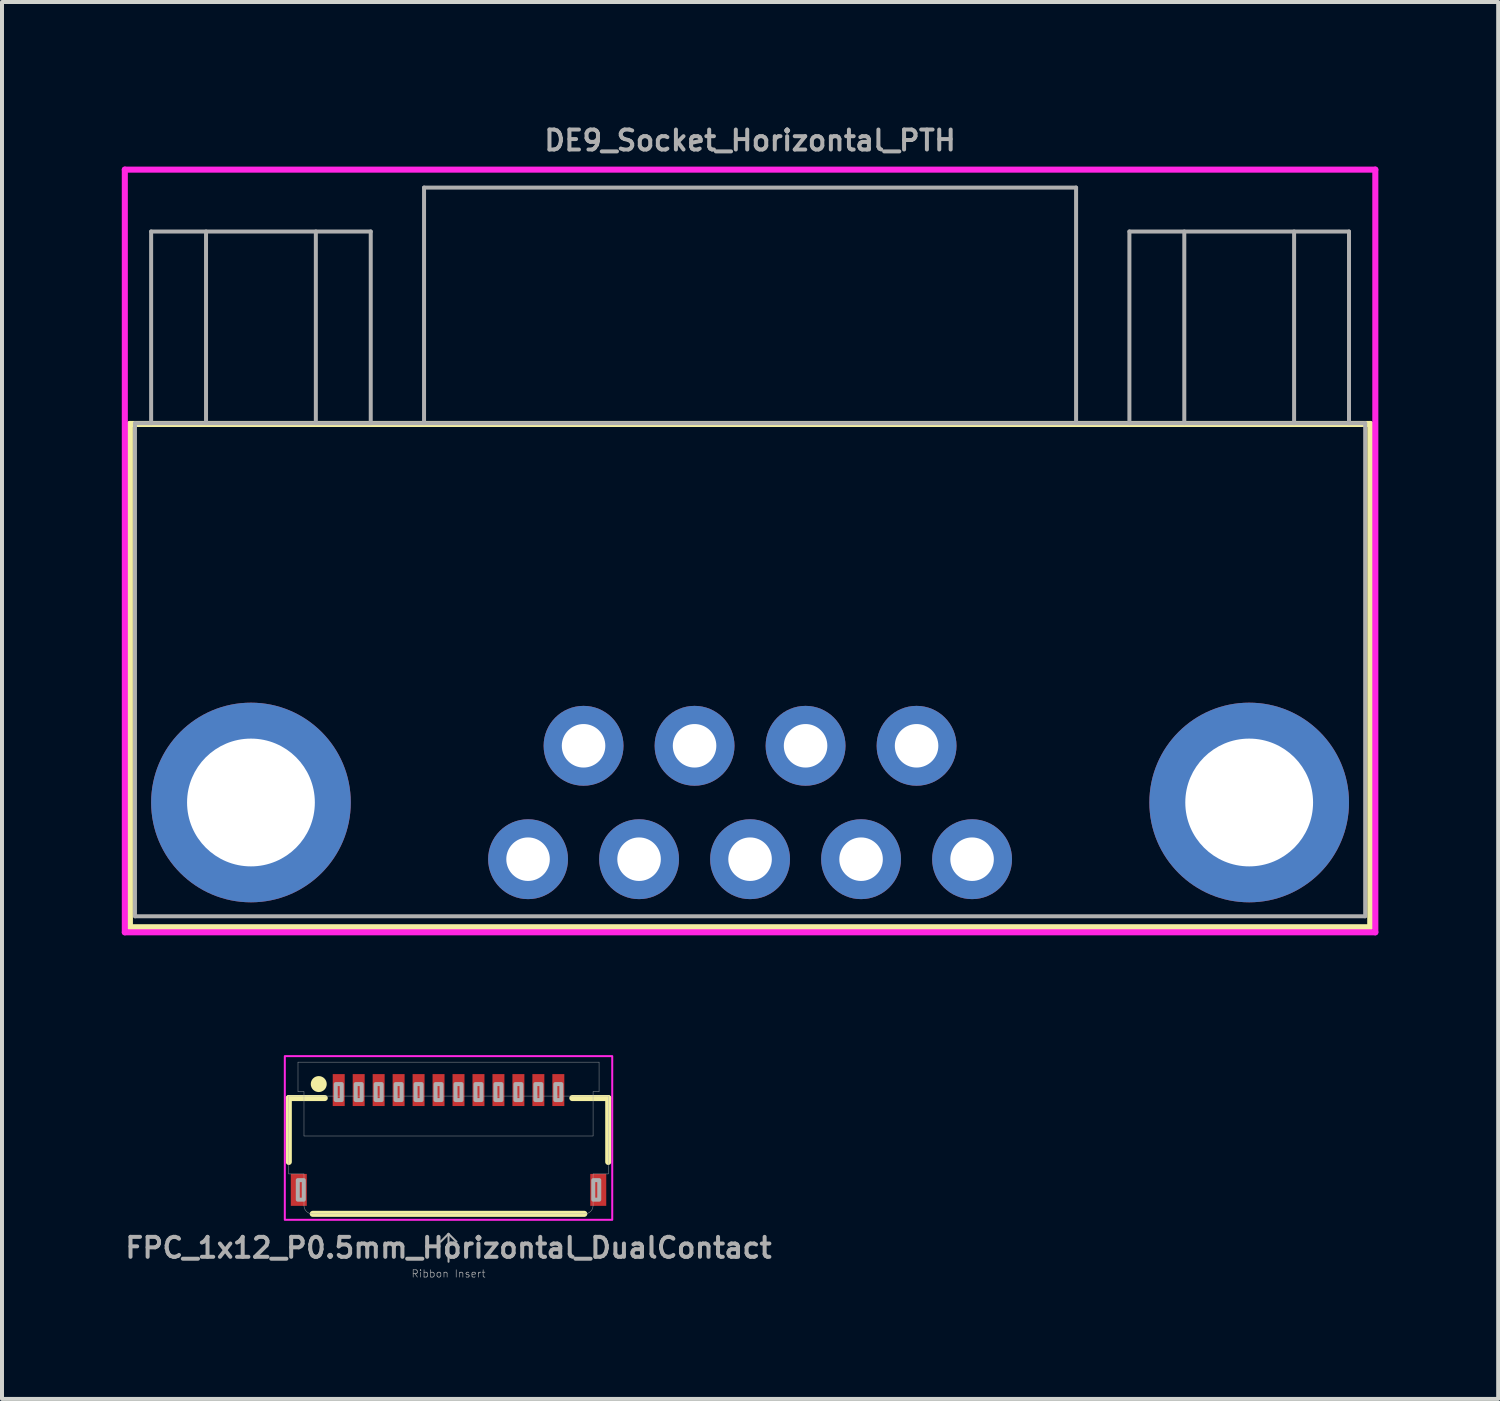
<source format=kicad_pcb>
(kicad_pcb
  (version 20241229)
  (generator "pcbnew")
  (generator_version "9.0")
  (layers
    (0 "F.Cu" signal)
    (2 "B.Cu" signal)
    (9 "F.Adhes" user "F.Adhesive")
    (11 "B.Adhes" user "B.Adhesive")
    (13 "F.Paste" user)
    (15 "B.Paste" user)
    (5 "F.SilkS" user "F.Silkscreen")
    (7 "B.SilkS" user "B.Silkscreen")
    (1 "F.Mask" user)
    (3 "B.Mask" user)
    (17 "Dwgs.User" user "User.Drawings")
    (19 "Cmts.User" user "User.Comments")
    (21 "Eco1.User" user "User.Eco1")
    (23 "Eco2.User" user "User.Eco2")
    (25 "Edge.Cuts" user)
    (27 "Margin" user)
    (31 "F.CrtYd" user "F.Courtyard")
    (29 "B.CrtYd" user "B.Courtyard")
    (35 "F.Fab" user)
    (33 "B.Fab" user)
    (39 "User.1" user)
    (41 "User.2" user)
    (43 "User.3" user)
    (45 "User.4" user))
  (footprint "DE9_Socket_Horizontal_PTH"
    (layer "F.Cu")
    (at 15.735 18.468)
    (property "Reference" "DE9_Socket_Horizontal_PTH" (at 0 -18 0) (unlocked yes) (layer "F.Fab") (effects (font (size 0.5 0.5) (thickness 0.1))))
    (attr smd)
    (fp_line (start -15.532 -10.9) (end -15.532 1.704) (stroke (width 0.152) (type solid)) (layer "F.SilkS"))
    (fp_line (start -15.532 1.704) (end 15.532 1.704) (stroke (width 0.152) (type solid)) (layer "F.SilkS"))
    (fp_line (start 15.532 -10.9) (end -15.532 -10.9) (stroke (width 0.152) (type solid)) (layer "F.SilkS"))
    (fp_line (start 15.532 1.704) (end 15.532 -10.9) (stroke (width 0.152) (type solid)) (layer "F.SilkS"))
    (fp_line (start -15.659 -17.27) (end -15.659 1.831) (stroke (width 0.152) (type solid)) (layer "F.CrtYd"))
    (fp_line (start -15.659 1.831) (end 15.659 1.831) (stroke (width 0.152) (type solid)) (layer "F.CrtYd"))
    (fp_line (start 15.659 -17.27) (end -15.659 -17.27) (stroke (width 0.152) (type solid)) (layer "F.CrtYd"))
    (fp_line (start 15.659 1.831) (end 15.659 -17.27) (stroke (width 0.152) (type solid)) (layer "F.CrtYd"))
    (fp_line (start -15.405 -10.92) (end 15.405 -10.92) (stroke (width 0.1) (type default)) (layer "F.Fab"))
    (fp_line (start -15.405 -10.92) (end -15.405 1.43) (stroke (width 0.1) (type solid)) (layer "F.Fab"))
    (fp_line (start -15.4 1.43) (end 15.4 1.43) (stroke (width 0.1) (type solid)) (layer "F.Fab"))
    (fp_line (start -15 -10.92) (end -15 -15.72) (stroke (width 0.1) (type solid)) (layer "F.Fab"))
    (fp_line (start -13.625 -10.92) (end -13.625 -15.72) (stroke (width 0.1) (type solid)) (layer "F.Fab"))
    (fp_line (start -10.875 -15.72) (end -10.875 -10.92) (stroke (width 0.1) (type solid)) (layer "F.Fab"))
    (fp_line (start -9.5 -15.72) (end -15 -15.72) (stroke (width 0.1) (type solid)) (layer "F.Fab"))
    (fp_line (start -9.5 -15.72) (end -9.5 -10.92) (stroke (width 0.1) (type solid)) (layer "F.Fab"))
    (fp_line (start -8.165 -16.82) (end -8.165 -10.92) (stroke (width 0.1) (type solid)) (layer "F.Fab"))
    (fp_line (start 8.165 -16.82) (end -8.165 -16.82) (stroke (width 0.1) (type solid)) (layer "F.Fab"))
    (fp_line (start 8.165 -10.92) (end 8.165 -16.82) (stroke (width 0.1) (type solid)) (layer "F.Fab"))
    (fp_line (start 9.5 -15.72) (end 15 -15.72) (stroke (width 0.1) (type solid)) (layer "F.Fab"))
    (fp_line (start 9.5 -10.92) (end 9.5 -15.72) (stroke (width 0.1) (type solid)) (layer "F.Fab"))
    (fp_line (start 10.875 -10.92) (end 10.875 -15.72) (stroke (width 0.1) (type solid)) (layer "F.Fab"))
    (fp_line (start 13.625 -15.72) (end 13.625 -10.92) (stroke (width 0.1) (type solid)) (layer "F.Fab"))
    (fp_line (start 15 -15.72) (end 15 -10.92) (stroke (width 0.1) (type solid)) (layer "F.Fab"))
    (fp_line (start 15.405 1.43) (end 15.405 -10.92) (stroke (width 0.1) (type solid)) (layer "F.Fab"))
    (pad "1" thru_hole circle (at -5.56 0) (size 2 2) (drill 1.09) (layers "*.Cu" "*.Mask"))
    (pad "2" thru_hole circle (at -2.78 0) (size 2 2) (drill 1.09) (layers "*.Cu" "*.Mask"))
    (pad "3" thru_hole circle (at 0 0 90) (size 2 2) (drill 1.09) (layers "*.Cu" "*.Mask"))
    (pad "4" thru_hole circle (at 2.78 0) (size 2 2) (drill 1.09) (layers "*.Cu" "*.Mask"))
    (pad "5" thru_hole circle (at 5.56 0 90) (size 2 2) (drill 1.09) (layers "*.Cu" "*.Mask"))
    (pad "6" thru_hole circle (at -4.17 -2.84) (size 2 2) (drill 1.09) (layers "*.Cu" "*.Mask"))
    (pad "7" thru_hole circle (at -1.39 -2.84) (size 2 2) (drill 1.09) (layers "*.Cu" "*.Mask"))
    (pad "8" thru_hole circle (at 1.39 -2.84) (size 2 2) (drill 1.09) (layers "*.Cu" "*.Mask"))
    (pad "9" thru_hole circle (at 4.17 -2.84) (size 2 2) (drill 1.09) (layers "*.Cu" "*.Mask"))
    (pad "10" thru_hole circle (at -12.5 -1.42) (size 5 5) (drill 3.2) (layers "*.Cu" "*.Mask"))
    (pad "11" thru_hole circle (at 12.5 -1.42) (size 5 5) (drill 3.2) (layers "*.Cu" "*.Mask")))
  (footprint "FPC_1x12_P0.5mm_Horizontal_DualContact"
    (layer "F.Cu")
    (at 8.183 25.6)
    (property "Reference" "FPC_1x12_P0.5mm_Horizontal_DualContact" (at 0 2.6 0) (layer "F.Fab") (effects (font (size 0.5 0.5) (thickness 0.1) (bold yes))))
    (attr smd)
    (fp_line (start -4 -1.15) (end -4 0.45) (stroke (width 0.152) (type solid)) (layer "F.SilkS"))
    (fp_line (start -4 -1.15) (end -3.1 -1.15) (stroke (width 0.152) (type solid)) (layer "F.SilkS"))
    (fp_line (start -3.4 1.75) (end 3.4 1.75) (stroke (width 0.152) (type solid)) (layer "F.SilkS"))
    (fp_line (start 4 -1.15) (end 3.1 -1.15) (stroke (width 0.152) (type solid)) (layer "F.SilkS"))
    (fp_line (start 4 -1.15) (end 4 0.45) (stroke (width 0.152) (type solid)) (layer "F.SilkS"))
    (fp_circle (center -3.25 -1.5) (end -3.35 -1.5) (stroke (width 0.2) (type solid)) (fill yes) (layer "F.SilkS"))
    (fp_rect (start -4.1 -2.2) (end 4.1 1.9) (stroke (width 0.05) (type default)) (fill no) (layer "F.CrtYd"))
    (fp_line (start -4 -1.2) (end -4 0.75) (stroke (width 0.01) (type solid)) (layer "F.Fab"))
    (fp_line (start -4 -1.2) (end -3.62 -1.2) (stroke (width 0.01) (type solid)) (layer "F.Fab"))
    (fp_line (start -3.77 -2.05) (end -3.77 -1.31) (stroke (width 0.01) (type solid)) (layer "F.Fab"))
    (fp_line (start -3.77 -2.05) (end 3.77 -2.05) (stroke (width 0.01) (type solid)) (layer "F.Fab"))
    (fp_line (start -3.62 -1.31) (end -3.77 -1.31) (stroke (width 0.01) (type solid)) (layer "F.Fab"))
    (fp_line (start -3.62 -1.2) (end -3.62 -1.31) (stroke (width 0.01) (type solid)) (layer "F.Fab"))
    (fp_line (start -3.62 -1.2) (end 3.62 -1.2) (stroke (width 0.01) (type solid)) (layer "F.Fab"))
    (fp_line (start -3.62 -0.2) (end -3.62 -1.2) (stroke (width 0.01) (type solid)) (layer "F.Fab"))
    (fp_line (start -3.62 -0.2) (end 3.62 -0.2) (stroke (width 0.01) (type solid)) (layer "F.Fab"))
    (fp_line (start -3.62 0.75) (end -4 0.75) (stroke (width 0.01) (type solid)) (layer "F.Fab"))
    (fp_line (start -3.62 1.55) (end -3.62 0.75) (stroke (width 0.01) (type solid)) (layer "F.Fab"))
    (fp_line (start 0 2.25) (end -0.2 2.45) (stroke (width 0.05) (type solid)) (layer "F.Fab"))
    (fp_line (start 0 2.25) (end 0.2 2.45) (stroke (width 0.05) (type solid)) (layer "F.Fab"))
    (fp_line (start 0 2.95) (end 0 2.25) (stroke (width 0.05) (type solid)) (layer "F.Fab"))
    (fp_line (start 3.41 1.75) (end -3.41 1.75) (stroke (width 0.01) (type solid)) (layer "F.Fab"))
    (fp_line (start 3.62 -1.31) (end 3.77 -1.31) (stroke (width 0.01) (type solid)) (layer "F.Fab"))
    (fp_line (start 3.62 -1.2) (end 3.62 -1.31) (stroke (width 0.01) (type solid)) (layer "F.Fab"))
    (fp_line (start 3.62 -1.2) (end 4 -1.2) (stroke (width 0.01) (type solid)) (layer "F.Fab"))
    (fp_line (start 3.62 -0.2) (end 3.62 -1.2) (stroke (width 0.01) (type solid)) (layer "F.Fab"))
    (fp_line (start 3.62 1.55) (end 3.62 0.75) (stroke (width 0.01) (type solid)) (layer "F.Fab"))
    (fp_line (start 3.77 -1.31) (end 3.77 -2.05) (stroke (width 0.01) (type solid)) (layer "F.Fab"))
    (fp_line (start 4 -1.2) (end 4 0.75) (stroke (width 0.01) (type solid)) (layer "F.Fab"))
    (fp_line (start 4 0.75) (end 3.62 0.75) (stroke (width 0.01) (type solid)) (layer "F.Fab"))
    (fp_arc (start -3.409999 1.749999) (mid -3.55542 1.692442) (end -3.62 1.55) (stroke (width 0.01) (type solid)) (layer "F.Fab"))
    (fp_arc (start 3.62 1.55) (mid 3.55542 1.692442) (end 3.409999 1.749999) (stroke (width 0.01) (type solid)) (layer "F.Fab"))
    (fp_poly (pts (xy -3.775 1.395) (xy -3.625 1.395) (xy -3.625 0.905) (xy -3.775 0.905)) (stroke (width 0.1) (type default)) (fill no) (layer "F.Fab"))
    (fp_poly (pts (xy -2.825 -1.1) (xy -2.675 -1.1) (xy -2.675 -1.5) (xy -2.825 -1.5)) (stroke (width 0.1) (type default)) (fill no) (layer "F.Fab"))
    (fp_poly (pts (xy -2.325 -1.1) (xy -2.175 -1.1) (xy -2.175 -1.5) (xy -2.325 -1.5)) (stroke (width 0.1) (type default)) (fill no) (layer "F.Fab"))
    (fp_poly (pts (xy -1.825 -1.1) (xy -1.675 -1.1) (xy -1.675 -1.5) (xy -1.825 -1.5)) (stroke (width 0.1) (type default)) (fill no) (layer "F.Fab"))
    (fp_poly (pts (xy -1.325 -1.1) (xy -1.175 -1.1) (xy -1.175 -1.5) (xy -1.325 -1.5)) (stroke (width 0.1) (type default)) (fill no) (layer "F.Fab"))
    (fp_poly (pts (xy -0.825 -1.1) (xy -0.675 -1.1) (xy -0.675 -1.5) (xy -0.825 -1.5)) (stroke (width 0.1) (type default)) (fill no) (layer "F.Fab"))
    (fp_poly (pts (xy -0.325 -1.1) (xy -0.175 -1.1) (xy -0.175 -1.5) (xy -0.325 -1.5)) (stroke (width 0.1) (type default)) (fill no) (layer "F.Fab"))
    (fp_poly (pts (xy 0.175 -1.1) (xy 0.325 -1.1) (xy 0.325 -1.5) (xy 0.175 -1.5)) (stroke (width 0.1) (type default)) (fill no) (layer "F.Fab"))
    (fp_poly (pts (xy 0.675 -1.1) (xy 0.825 -1.1) (xy 0.825 -1.5) (xy 0.675 -1.5)) (stroke (width 0.1) (type default)) (fill no) (layer "F.Fab"))
    (fp_poly (pts (xy 1.175 -1.1) (xy 1.325 -1.1) (xy 1.325 -1.5) (xy 1.175 -1.5)) (stroke (width 0.1) (type default)) (fill no) (layer "F.Fab"))
    (fp_poly (pts (xy 1.675 -1.1) (xy 1.825 -1.1) (xy 1.825 -1.5) (xy 1.675 -1.5)) (stroke (width 0.1) (type default)) (fill no) (layer "F.Fab"))
    (fp_poly (pts (xy 2.175 -1.1) (xy 2.325 -1.1) (xy 2.325 -1.5) (xy 2.175 -1.5)) (stroke (width 0.1) (type default)) (fill no) (layer "F.Fab"))
    (fp_poly (pts (xy 2.675 -1.1) (xy 2.825 -1.1) (xy 2.825 -1.5) (xy 2.675 -1.5)) (stroke (width 0.1) (type default)) (fill no) (layer "F.Fab"))
    (fp_poly (pts (xy 3.625 1.395) (xy 3.775 1.395) (xy 3.775 0.905) (xy 3.625 0.905)) (stroke (width 0.1) (type default)) (fill no) (layer "F.Fab"))
    (fp_text user "Ribbon Insert" (at 0 3.25 0) (layer "F.Fab") (effects (font (size 0.184 0.184) (thickness 0.016))))
    (pad "1" smd rect (at -2.75 -1.35) (size 0.3 0.8) (layers "F.Cu" "F.Mask" "F.Paste"))
    (pad "2" smd rect (at -2.25 -1.35) (size 0.3 0.8) (layers "F.Cu" "F.Mask" "F.Paste"))
    (pad "3" smd rect (at -1.75 -1.35) (size 0.3 0.8) (layers "F.Cu" "F.Mask" "F.Paste"))
    (pad "4" smd rect (at -1.25 -1.35) (size 0.3 0.8) (layers "F.Cu" "F.Mask" "F.Paste"))
    (pad "5" smd rect (at -0.75 -1.35) (size 0.3 0.8) (layers "F.Cu" "F.Mask" "F.Paste"))
    (pad "6" smd rect (at -0.25 -1.35) (size 0.3 0.8) (layers "F.Cu" "F.Mask" "F.Paste"))
    (pad "7" smd rect (at 0.25 -1.35) (size 0.3 0.8) (layers "F.Cu" "F.Mask" "F.Paste"))
    (pad "8" smd rect (at 0.75 -1.35) (size 0.3 0.8) (layers "F.Cu" "F.Mask" "F.Paste"))
    (pad "9" smd rect (at 1.25 -1.35) (size 0.3 0.8) (layers "F.Cu" "F.Mask" "F.Paste"))
    (pad "10" smd rect (at 1.75 -1.35) (size 0.3 0.8) (layers "F.Cu" "F.Mask" "F.Paste"))
    (pad "11" smd rect (at 2.25 -1.35) (size 0.3 0.8) (layers "F.Cu" "F.Mask" "F.Paste"))
    (pad "12" smd rect (at 2.75 -1.35) (size 0.3 0.8) (layers "F.Cu" "F.Mask" "F.Paste"))
    (pad "MP1" smd rect (at -3.75 1.15) (size 0.4 0.8) (layers "F.Cu" "F.Mask" "F.Paste"))
    (pad "MP2" smd rect (at 3.75 1.15) (size 0.4 0.8) (layers "F.Cu" "F.Mask" "F.Paste")))
  (gr_rect
    (start -3 -3)
    (end 34.471 31.986)
    (stroke (width 0.1) (type default))
    (fill no)
    (layer "Edge.Cuts")))
</source>
